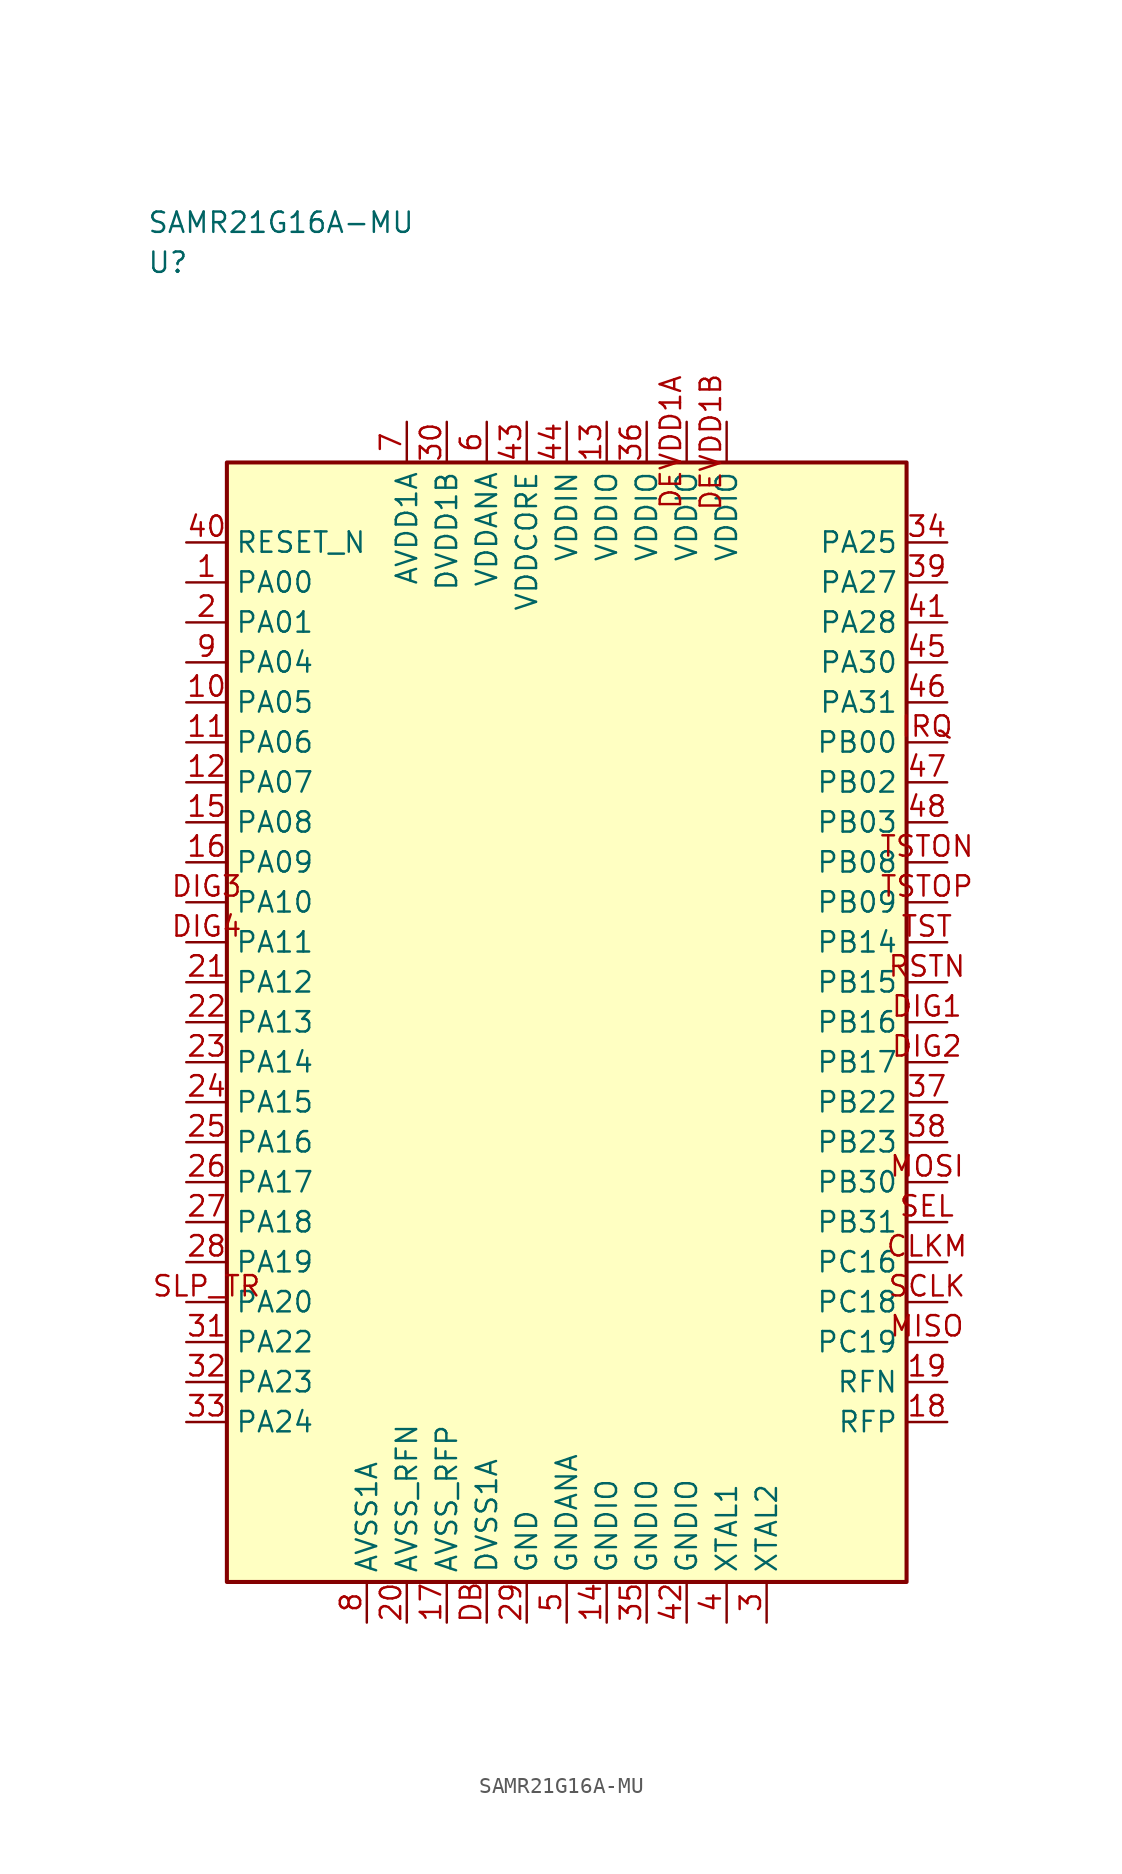
<source format=kicad_sym>
(kicad_symbol_lib
  (version 20241025)
  (generator "kicad_symbol_editor")
  (generator_version "8.0")
  (symbol "SAMR21G16A-MU"
    (property "Reference" "U"
      (at -26.25 47.5 0)
      (effects (font (size 1.27 1.27)) (justify left)))
    (property "Value" "SAMR21G16A-MU"
      (at -26.25 50.0 0)
      (effects (font (size 1.27 1.27)) (justify left)))
    (symbol "SAMR21G16A-MU_0_1"
      (rectangle (start -21.25 35.0) (end 21.25 -35.0) (stroke (width 0.254) (type default)) (fill (type background))))
    (symbol "SAMR21G16A-MU_1_1"
      (pin bidirectional line (at -23.79 27.5 0.0) (length 2.54) (name "PA00" (effects (font (size 1.27 1.27)))) (number "1" (effects (font (size 1.27 1.27)))))
      (pin bidirectional line (at -23.79 25.0 0.0) (length 2.54) (name "PA01" (effects (font (size 1.27 1.27)))) (number "2" (effects (font (size 1.27 1.27)))))
      (pin passive line (at 12.5 -37.54 90.0) (length 2.54) (name "XTAL2" (effects (font (size 1.27 1.27)))) (number "3" (effects (font (size 1.27 1.27)))))
      (pin passive line (at 10.0 -37.54 90.0) (length 2.54) (name "XTAL1" (effects (font (size 1.27 1.27)))) (number "4" (effects (font (size 1.27 1.27)))))
      (pin passive line (at 0.0 -37.54 90.0) (length 2.54) (name "GNDANA" (effects (font (size 1.27 1.27)))) (number "5" (effects (font (size 1.27 1.27)))))
      (pin power_in line (at -5.0 37.54 270.0) (length 2.54) (name "VDDANA" (effects (font (size 1.27 1.27)))) (number "6" (effects (font (size 1.27 1.27)))))
      (pin power_in line (at -10.0 37.54 270.0) (length 2.54) (name "AVDD1A" (effects (font (size 1.27 1.27)))) (number "7" (effects (font (size 1.27 1.27)))))
      (pin passive line (at -12.5 -37.54 90.0) (length 2.54) (name "AVSS1A" (effects (font (size 1.27 1.27)))) (number "8" (effects (font (size 1.27 1.27)))))
      (pin bidirectional line (at -23.79 22.5 0.0) (length 2.54) (name "PA04" (effects (font (size 1.27 1.27)))) (number "9" (effects (font (size 1.27 1.27)))))
      (pin bidirectional line (at -23.79 20.0 0.0) (length 2.54) (name "PA05" (effects (font (size 1.27 1.27)))) (number "10" (effects (font (size 1.27 1.27)))))
      (pin bidirectional line (at -23.79 17.5 0.0) (length 2.54) (name "PA06" (effects (font (size 1.27 1.27)))) (number "11" (effects (font (size 1.27 1.27)))))
      (pin bidirectional line (at -23.79 15.0 0.0) (length 2.54) (name "PA07" (effects (font (size 1.27 1.27)))) (number "12" (effects (font (size 1.27 1.27)))))
      (pin power_in line (at 2.5 37.54 270.0) (length 2.54) (name "VDDIO" (effects (font (size 1.27 1.27)))) (number "13" (effects (font (size 1.27 1.27)))))
      (pin passive line (at 2.5 -37.54 90.0) (length 2.54) (name "GNDIO" (effects (font (size 1.27 1.27)))) (number "14" (effects (font (size 1.27 1.27)))))
      (pin bidirectional line (at -23.79 12.5 0.0) (length 2.54) (name "PA08" (effects (font (size 1.27 1.27)))) (number "15" (effects (font (size 1.27 1.27)))))
      (pin bidirectional line (at -23.79 10.0 0.0) (length 2.54) (name "PA09" (effects (font (size 1.27 1.27)))) (number "16" (effects (font (size 1.27 1.27)))))
      (pin passive line (at -7.5 -37.54 90.0) (length 2.54) (name "AVSS_RFP" (effects (font (size 1.27 1.27)))) (number "17" (effects (font (size 1.27 1.27)))))
      (pin bidirectional line (at 23.79 -25.0 180.0) (length 2.54) (name "RFP" (effects (font (size 1.27 1.27)))) (number "18" (effects (font (size 1.27 1.27)))))
      (pin bidirectional line (at 23.79 -22.5 180.0) (length 2.54) (name "RFN" (effects (font (size 1.27 1.27)))) (number "19" (effects (font (size 1.27 1.27)))))
      (pin passive line (at -10.0 -37.54 90.0) (length 2.54) (name "AVSS_RFN" (effects (font (size 1.27 1.27)))) (number "20" (effects (font (size 1.27 1.27)))))
      (pin bidirectional line (at -23.79 2.5 0.0) (length 2.54) (name "PA12" (effects (font (size 1.27 1.27)))) (number "21" (effects (font (size 1.27 1.27)))))
      (pin bidirectional line (at -23.79 0.0 0.0) (length 2.54) (name "PA13" (effects (font (size 1.27 1.27)))) (number "22" (effects (font (size 1.27 1.27)))))
      (pin bidirectional line (at -23.79 -2.5 0.0) (length 2.54) (name "PA14" (effects (font (size 1.27 1.27)))) (number "23" (effects (font (size 1.27 1.27)))))
      (pin bidirectional line (at -23.79 -5.0 0.0) (length 2.54) (name "PA15" (effects (font (size 1.27 1.27)))) (number "24" (effects (font (size 1.27 1.27)))))
      (pin bidirectional line (at -23.79 -7.5 0.0) (length 2.54) (name "PA16" (effects (font (size 1.27 1.27)))) (number "25" (effects (font (size 1.27 1.27)))))
      (pin bidirectional line (at -23.79 -10.0 0.0) (length 2.54) (name "PA17" (effects (font (size 1.27 1.27)))) (number "26" (effects (font (size 1.27 1.27)))))
      (pin bidirectional line (at -23.79 -12.5 0.0) (length 2.54) (name "PA18" (effects (font (size 1.27 1.27)))) (number "27" (effects (font (size 1.27 1.27)))))
      (pin bidirectional line (at -23.79 -15.0 0.0) (length 2.54) (name "PA19" (effects (font (size 1.27 1.27)))) (number "28" (effects (font (size 1.27 1.27)))))
      (pin passive line (at -2.5 -37.54 90.0) (length 2.54) (name "GND" (effects (font (size 1.27 1.27)))) (number "29" (effects (font (size 1.27 1.27)))))
      (pin power_in line (at -7.5 37.54 270.0) (length 2.54) (name "DVDD1B" (effects (font (size 1.27 1.27)))) (number "30" (effects (font (size 1.27 1.27)))))
      (pin bidirectional line (at -23.79 -20.0 0.0) (length 2.54) (name "PA22" (effects (font (size 1.27 1.27)))) (number "31" (effects (font (size 1.27 1.27)))))
      (pin bidirectional line (at -23.79 -22.5 0.0) (length 2.54) (name "PA23" (effects (font (size 1.27 1.27)))) (number "32" (effects (font (size 1.27 1.27)))))
      (pin bidirectional line (at -23.79 -25.0 0.0) (length 2.54) (name "PA24" (effects (font (size 1.27 1.27)))) (number "33" (effects (font (size 1.27 1.27)))))
      (pin bidirectional line (at 23.79 30.0 180.0) (length 2.54) (name "PA25" (effects (font (size 1.27 1.27)))) (number "34" (effects (font (size 1.27 1.27)))))
      (pin passive line (at 5.0 -37.54 90.0) (length 2.54) (name "GNDIO" (effects (font (size 1.27 1.27)))) (number "35" (effects (font (size 1.27 1.27)))))
      (pin power_in line (at 5.0 37.54 270.0) (length 2.54) (name "VDDIO" (effects (font (size 1.27 1.27)))) (number "36" (effects (font (size 1.27 1.27)))))
      (pin bidirectional line (at 23.79 -5.0 180.0) (length 2.54) (name "PB22" (effects (font (size 1.27 1.27)))) (number "37" (effects (font (size 1.27 1.27)))))
      (pin bidirectional line (at 23.79 -7.5 180.0) (length 2.54) (name "PB23" (effects (font (size 1.27 1.27)))) (number "38" (effects (font (size 1.27 1.27)))))
      (pin bidirectional line (at 23.79 27.5 180.0) (length 2.54) (name "PA27" (effects (font (size 1.27 1.27)))) (number "39" (effects (font (size 1.27 1.27)))))
      (pin input line (at -23.79 30.0 0.0) (length 2.54) (name "RESET_N" (effects (font (size 1.27 1.27)))) (number "40" (effects (font (size 1.27 1.27)))))
      (pin bidirectional line (at 23.79 25.0 180.0) (length 2.54) (name "PA28" (effects (font (size 1.27 1.27)))) (number "41" (effects (font (size 1.27 1.27)))))
      (pin passive line (at 7.5 -37.54 90.0) (length 2.54) (name "GNDIO" (effects (font (size 1.27 1.27)))) (number "42" (effects (font (size 1.27 1.27)))))
      (pin power_in line (at -2.5 37.54 270.0) (length 2.54) (name "VDDCORE" (effects (font (size 1.27 1.27)))) (number "43" (effects (font (size 1.27 1.27)))))
      (pin power_in line (at 0.0 37.54 270.0) (length 2.54) (name "VDDIN" (effects (font (size 1.27 1.27)))) (number "44" (effects (font (size 1.27 1.27)))))
      (pin bidirectional line (at 23.79 22.5 180.0) (length 2.54) (name "PA30" (effects (font (size 1.27 1.27)))) (number "45" (effects (font (size 1.27 1.27)))))
      (pin bidirectional line (at 23.79 20.0 180.0) (length 2.54) (name "PA31" (effects (font (size 1.27 1.27)))) (number "46" (effects (font (size 1.27 1.27)))))
      (pin bidirectional line (at 23.79 15.0 180.0) (length 2.54) (name "PB02" (effects (font (size 1.27 1.27)))) (number "47" (effects (font (size 1.27 1.27)))))
      (pin bidirectional line (at 23.79 12.5 180.0) (length 2.54) (name "PB03" (effects (font (size 1.27 1.27)))) (number "48" (effects (font (size 1.27 1.27)))))
      (pin bidirectional line (at 23.79 -15.0 180.0) (length 2.54) (name "PC16" (effects (font (size 1.27 1.27)))) (number "CLKM" (effects (font (size 1.27 1.27)))))
      (pin passive line (at -5.0 -37.54 90.0) (length 2.54) (name "DVSS1A" (effects (font (size 1.27 1.27)))) (number "DB" (effects (font (size 1.27 1.27)))))
      (pin power_in line (at 7.5 37.54 270.0) (length 2.54) (name "VDDIO" (effects (font (size 1.27 1.27)))) (number "DEVDD1A" (effects (font (size 1.27 1.27)))))
      (pin power_in line (at 10.0 37.54 270.0) (length 2.54) (name "VDDIO" (effects (font (size 1.27 1.27)))) (number "DEVDD1B" (effects (font (size 1.27 1.27)))))
      (pin bidirectional line (at 23.79 0.0 180.0) (length 2.54) (name "PB16" (effects (font (size 1.27 1.27)))) (number "DIG1" (effects (font (size 1.27 1.27)))))
      (pin bidirectional line (at 23.79 -2.5 180.0) (length 2.54) (name "PB17" (effects (font (size 1.27 1.27)))) (number "DIG2" (effects (font (size 1.27 1.27)))))
      (pin bidirectional line (at -23.79 7.5 0.0) (length 2.54) (name "PA10" (effects (font (size 1.27 1.27)))) (number "DIG3" (effects (font (size 1.27 1.27)))))
      (pin bidirectional line (at -23.79 5.0 0.0) (length 2.54) (name "PA11" (effects (font (size 1.27 1.27)))) (number "DIG4" (effects (font (size 1.27 1.27)))))
      (pin bidirectional line (at 23.79 17.5 180.0) (length 2.54) (name "PB00" (effects (font (size 1.27 1.27)))) (number "IRQ" (effects (font (size 1.27 1.27)))))
      (pin bidirectional line (at 23.79 -20.0 180.0) (length 2.54) (name "PC19" (effects (font (size 1.27 1.27)))) (number "MISO" (effects (font (size 1.27 1.27)))))
      (pin bidirectional line (at 23.79 -10.0 180.0) (length 2.54) (name "PB30" (effects (font (size 1.27 1.27)))) (number "MOSI" (effects (font (size 1.27 1.27)))))
      (pin bidirectional line (at 23.79 2.5 180.0) (length 2.54) (name "PB15" (effects (font (size 1.27 1.27)))) (number "RSTN" (effects (font (size 1.27 1.27)))))
      (pin bidirectional line (at 23.79 -17.5 180.0) (length 2.54) (name "PC18" (effects (font (size 1.27 1.27)))) (number "SCLK" (effects (font (size 1.27 1.27)))))
      (pin bidirectional line (at 23.79 -12.5 180.0) (length 2.54) (name "PB31" (effects (font (size 1.27 1.27)))) (number "SEL" (effects (font (size 1.27 1.27)))))
      (pin bidirectional line (at -23.79 -17.5 0.0) (length 2.54) (name "PA20" (effects (font (size 1.27 1.27)))) (number "SLP_TR" (effects (font (size 1.27 1.27)))))
      (pin bidirectional line (at 23.79 5.0 180.0) (length 2.54) (name "PB14" (effects (font (size 1.27 1.27)))) (number "TST" (effects (font (size 1.27 1.27)))))
      (pin bidirectional line (at 23.79 10.0 180.0) (length 2.54) (name "PB08" (effects (font (size 1.27 1.27)))) (number "TSTON" (effects (font (size 1.27 1.27)))))
      (pin bidirectional line (at 23.79 7.5 180.0) (length 2.54) (name "PB09" (effects (font (size 1.27 1.27)))) (number "TSTOP" (effects (font (size 1.27 1.27))))))))
</source>
